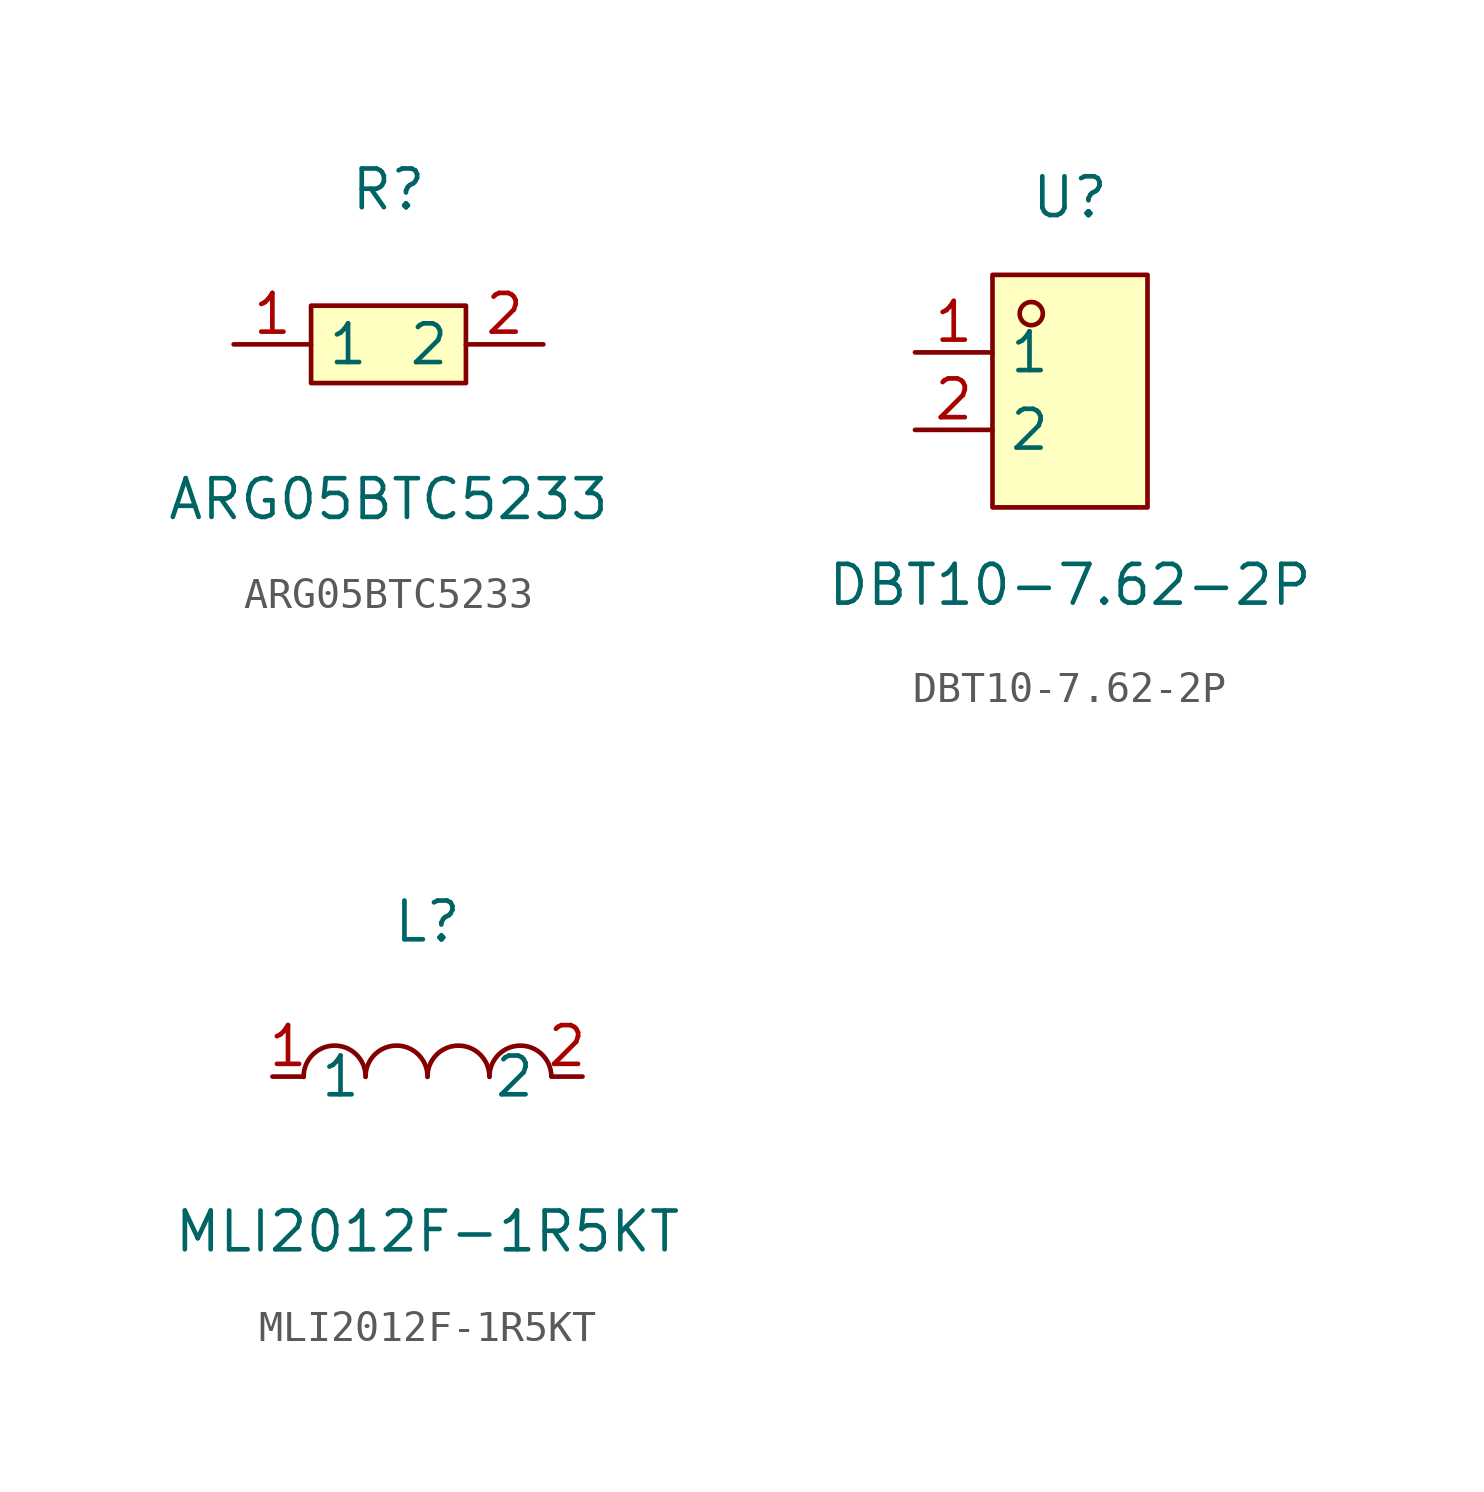
<source format=kicad_sym>
(kicad_symbol_lib
  (version 20211014)
  (generator https://github.com/uPesy/easyeda2kicad.py)
  (symbol "ARG05BTC5233"
    (property "Reference" "R"
      (at 0 5.08 0)
      (effects (font (size 1.27 1.27))))
    (property "Value" "ARG05BTC5233"
      (at 0 -5.08 0)
      (effects (font (size 1.27 1.27))))
    (symbol "ARG05BTC5233_0_1"
      (rectangle (start -2.54 1.27) (end 2.54 -1.27) (stroke (width 0) (type default) (color 0 0 0 0)) (fill (type background)))
      (pin unspecified line (at 5.08 -0.00 180) (length 2.54) (name "2" (effects (font (size 1.27 1.27)))) (number "2" (effects (font (size 1.27 1.27)))))
      (pin unspecified line (at -5.08 -0.00 0) (length 2.54) (name "1" (effects (font (size 1.27 1.27)))) (number "1" (effects (font (size 1.27 1.27)))))))
  (symbol "DBT10-7.62-2P"
    (property "Reference" "U"
      (at 0 6.35 0)
      (effects (font (size 1.27 1.27))))
    (property "Value" "DBT10-7.62-2P"
      (at 0 -6.35 0)
      (effects (font (size 1.27 1.27))))
    (symbol "DBT10-7.62-2P_0_1"
      (rectangle (start -2.54 3.81) (end 2.54 -3.81) (stroke (width 0) (type default) (color 0 0 0 0)) (fill (type background)))
      (circle (center -1.27 2.54) (radius 0.38) (stroke (width 0) (type default) (color 0 0 0 0)) (fill (type none)))
      (pin unspecified line (at -5.08 1.27 0) (length 2.54) (name "1" (effects (font (size 1.27 1.27)))) (number "1" (effects (font (size 1.27 1.27)))))
      (pin unspecified line (at -5.08 -1.27 0) (length 2.54) (name "2" (effects (font (size 1.27 1.27)))) (number "2" (effects (font (size 1.27 1.27)))))))
  (symbol "MLI2012F-1R5KT"
    (property "Reference" "L"
      (at 0 5.08 0)
      (effects (font (size 1.27 1.27))))
    (property "Value" "MLI2012F-1R5KT"
      (at 0 -5.08 0)
      (effects (font (size 1.27 1.27))))
    (symbol "MLI2012F-1R5KT_0_1"
      (arc (start -4.06 -0.01) (mid -2.83 0.99) (end -2.03 0.01) (stroke (width 0) (type default) (color 0 0 0 0)) (fill (type none)))
      (arc (start -2.03 -0.01) (mid -0.80 0.99) (end 0.00 0.01) (stroke (width 0) (type default) (color 0 0 0 0)) (fill (type none)))
      (arc (start 2.03 -0.01) (mid 3.26 0.99) (end 4.06 0.01) (stroke (width 0) (type default) (color 0 0 0 0)) (fill (type none)))
      (arc (start 0.00 -0.01) (mid 1.23 0.99) (end 2.03 0.01) (stroke (width 0) (type default) (color 0 0 0 0)) (fill (type none)))
      (pin unspecified line (at 5.08 -0.00 180) (length 1.016) (name "2" (effects (font (size 1.27 1.27)))) (number "2" (effects (font (size 1.27 1.27)))))
      (pin unspecified line (at -5.08 -0.00 0) (length 1.016) (name "1" (effects (font (size 1.27 1.27)))) (number "1" (effects (font (size 1.27 1.27))))))))
</source>
